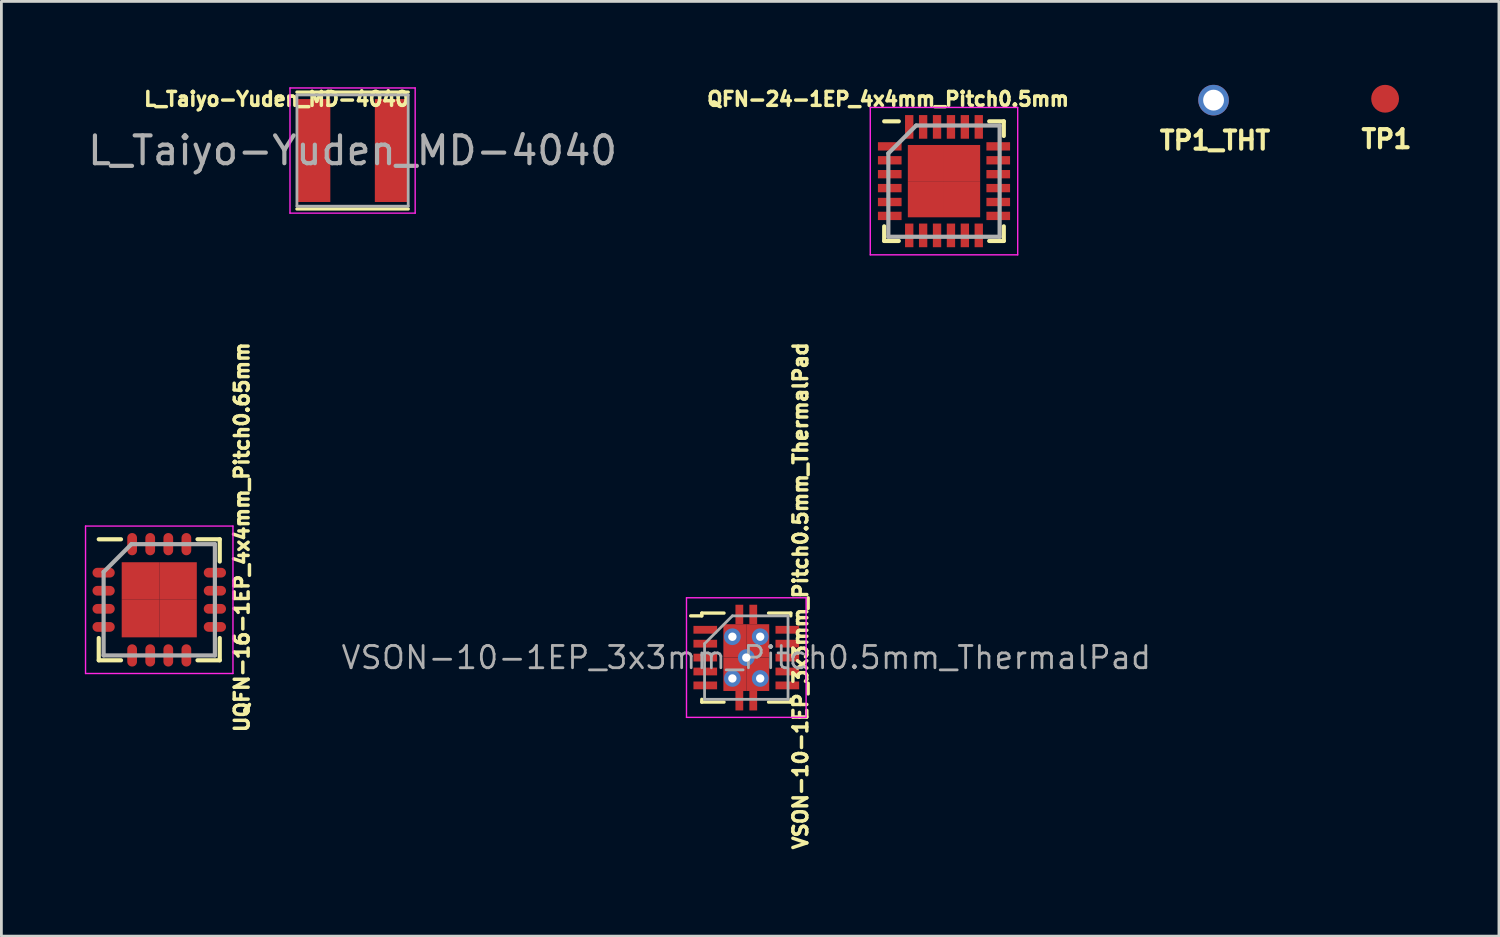
<source format=kicad_pcb>
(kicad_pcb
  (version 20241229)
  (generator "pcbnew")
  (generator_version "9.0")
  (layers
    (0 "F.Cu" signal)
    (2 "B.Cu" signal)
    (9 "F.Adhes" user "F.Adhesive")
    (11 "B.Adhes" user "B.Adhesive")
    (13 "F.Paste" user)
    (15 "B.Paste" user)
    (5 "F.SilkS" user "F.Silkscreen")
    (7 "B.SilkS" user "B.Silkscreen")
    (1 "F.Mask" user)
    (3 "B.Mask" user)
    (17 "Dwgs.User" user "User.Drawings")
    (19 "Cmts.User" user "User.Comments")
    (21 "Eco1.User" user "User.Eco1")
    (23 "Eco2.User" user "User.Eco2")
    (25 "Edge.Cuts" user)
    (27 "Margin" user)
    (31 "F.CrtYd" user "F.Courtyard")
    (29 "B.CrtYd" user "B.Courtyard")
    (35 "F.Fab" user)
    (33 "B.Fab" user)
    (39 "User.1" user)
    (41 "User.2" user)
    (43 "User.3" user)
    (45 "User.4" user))
  (footprint "TP1_THT"
    (layer "F.Cu")
    (at 40.577 0.55)
    (property "Reference" "TP1_THT" (at 0.05 1.45 0) (layer "F.SilkS") (effects (font (size 0.65 0.65) (thickness 0.15))))
    (attr through_hole)
    (pad "1" thru_hole circle (at 0 0) (size 1.1 1.1) (drill 0.75) (layers "*.Cu" "*.Mask")))
  (footprint "TP1"
    (layer "F.Cu")
    (at 46.744 0.5)
    (property "Reference" "TP1" (at 0.05 1.45 0) (layer "F.SilkS") (effects (font (size 0.65 0.65) (thickness 0.15))))
    (attr through_hole)
    (pad "1" smd circle (at 0 0) (size 1 1) (layers "F.Cu" "F.Mask" "F.Paste")))
  (footprint "UQFN-16-1EP_4x4mm_Pitch0.65mm"
    (layer "F.Cu")
    (at 2.675 18.512)
    (property "Reference" "UQFN-16-1EP_4x4mm_Pitch0.65mm" (at 2.97 -2.25 90) (layer "F.SilkS") (effects (font (size 0.5 0.5) (thickness 0.125))))
    (attr smd)
    (fp_line (start -2.175 -2.175) (end -1.375 -2.175) (stroke (width 0.15) (type solid)) (layer "F.SilkS"))
    (fp_line (start -2.175 2.175) (end -2.175 1.375) (stroke (width 0.15) (type solid)) (layer "F.SilkS"))
    (fp_line (start -2.175 2.175) (end -1.375 2.175) (stroke (width 0.15) (type solid)) (layer "F.SilkS"))
    (fp_line (start 2.175 -2.175) (end 1.375 -2.175) (stroke (width 0.15) (type solid)) (layer "F.SilkS"))
    (fp_line (start 2.175 -2.175) (end 2.175 -1.375) (stroke (width 0.15) (type solid)) (layer "F.SilkS"))
    (fp_line (start 2.175 2.175) (end 1.375 2.175) (stroke (width 0.15) (type solid)) (layer "F.SilkS"))
    (fp_line (start 2.175 2.175) (end 2.175 1.375) (stroke (width 0.15) (type solid)) (layer "F.SilkS"))
    (fp_line (start -2.65 -2.65) (end -2.65 2.65) (stroke (width 0.05) (type solid)) (layer "F.CrtYd"))
    (fp_line (start -2.65 -2.65) (end 2.65 -2.65) (stroke (width 0.05) (type solid)) (layer "F.CrtYd"))
    (fp_line (start -2.65 2.65) (end 2.65 2.65) (stroke (width 0.05) (type solid)) (layer "F.CrtYd"))
    (fp_line (start 2.65 -2.65) (end 2.65 2.65) (stroke (width 0.05) (type solid)) (layer "F.CrtYd"))
    (fp_line (start -2 -1) (end -1 -2) (stroke (width 0.15) (type solid)) (layer "F.Fab"))
    (fp_line (start -2 2) (end -2 -1) (stroke (width 0.15) (type solid)) (layer "F.Fab"))
    (fp_line (start -1 -2) (end 2 -2) (stroke (width 0.15) (type solid)) (layer "F.Fab"))
    (fp_line (start 2 -2) (end 2 2) (stroke (width 0.15) (type solid)) (layer "F.Fab"))
    (fp_line (start 2 2) (end -2 2) (stroke (width 0.15) (type solid)) (layer "F.Fab"))
    (pad "1" smd oval (at -2 -0.975) (size 0.8 0.35) (layers "F.Cu" "F.Mask" "F.Paste"))
    (pad "2" smd oval (at -2 -0.325) (size 0.8 0.35) (layers "F.Cu" "F.Mask" "F.Paste"))
    (pad "3" smd oval (at -2 0.325) (size 0.8 0.35) (layers "F.Cu" "F.Mask" "F.Paste"))
    (pad "4" smd oval (at -2 0.975) (size 0.8 0.35) (layers "F.Cu" "F.Mask" "F.Paste"))
    (pad "5" smd oval (at -0.975 2 90) (size 0.8 0.35) (layers "F.Cu" "F.Mask" "F.Paste"))
    (pad "6" smd oval (at -0.325 2 90) (size 0.8 0.35) (layers "F.Cu" "F.Mask" "F.Paste"))
    (pad "7" smd oval (at 0.325 2 90) (size 0.8 0.35) (layers "F.Cu" "F.Mask" "F.Paste"))
    (pad "8" smd oval (at 0.975 2 90) (size 0.8 0.35) (layers "F.Cu" "F.Mask" "F.Paste"))
    (pad "9" smd oval (at 2 0.975) (size 0.8 0.35) (layers "F.Cu" "F.Mask" "F.Paste"))
    (pad "10" smd oval (at 2 0.325) (size 0.8 0.35) (layers "F.Cu" "F.Mask" "F.Paste"))
    (pad "11" smd oval (at 2 -0.325) (size 0.8 0.35) (layers "F.Cu" "F.Mask" "F.Paste"))
    (pad "12" smd oval (at 2 -0.975) (size 0.8 0.35) (layers "F.Cu" "F.Mask" "F.Paste"))
    (pad "13" smd oval (at 0.975 -2 90) (size 0.8 0.35) (layers "F.Cu" "F.Mask" "F.Paste"))
    (pad "14" smd oval (at 0.325 -2 90) (size 0.8 0.35) (layers "F.Cu" "F.Mask" "F.Paste"))
    (pad "15" smd oval (at -0.325 -2 90) (size 0.8 0.35) (layers "F.Cu" "F.Mask" "F.Paste"))
    (pad "16" smd oval (at -0.975 -2 90) (size 0.8 0.35) (layers "F.Cu" "F.Mask" "F.Paste"))
    (pad "17" smd rect (at -0.675 -0.675) (size 1.35 1.35) (layers "F.Cu" "F.Mask" "F.Paste"))
    (pad "17" smd rect (at -0.675 0.675) (size 1.35 1.35) (layers "F.Cu" "F.Mask" "F.Paste"))
    (pad "17" smd rect (at 0.675 -0.675) (size 1.35 1.35) (layers "F.Cu" "F.Mask" "F.Paste"))
    (pad "17" smd rect (at 0.675 0.675) (size 1.35 1.35) (layers "F.Cu" "F.Mask" "F.Paste")))
  (footprint "VSON-10-1EP_3x3mm_Pitch0.5mm_ThermalPad"
    (layer "F.Cu")
    (at 23.779 20.59)
    (property "Reference" "VSON-10-1EP_3x3mm_Pitch0.5mm_ThermalPad" (at 1.95 -2.22 90) (layer "F.SilkS") (effects (font (size 0.5 0.5) (thickness 0.125))))
    (attr smd)
    (fp_line (start -1.6 -1.6) (end -1.6 -1.5) (stroke (width 0.12) (type solid)) (layer "F.SilkS"))
    (fp_line (start -1.6 -1.5) (end -2 -1.5) (stroke (width 0.12) (type solid)) (layer "F.SilkS"))
    (fp_line (start -1.6 1.5) (end -1.6 1.6) (stroke (width 0.12) (type solid)) (layer "F.SilkS"))
    (fp_line (start -1.6 1.6) (end -0.8 1.6) (stroke (width 0.12) (type solid)) (layer "F.SilkS"))
    (fp_line (start -0.8 -1.6) (end -1.6 -1.6) (stroke (width 0.12) (type solid)) (layer "F.SilkS"))
    (fp_line (start 0.8 -1.6) (end 1.6 -1.6) (stroke (width 0.12) (type solid)) (layer "F.SilkS"))
    (fp_line (start 0.8 1.6) (end 1.6 1.6) (stroke (width 0.12) (type solid)) (layer "F.SilkS"))
    (fp_line (start 1.6 -1.6) (end 1.6 -1.5) (stroke (width 0.12) (type solid)) (layer "F.SilkS"))
    (fp_line (start 1.6 1.6) (end 1.6 1.5) (stroke (width 0.12) (type solid)) (layer "F.SilkS"))
    (fp_line (start -2.15 -2.15) (end 2.15 -2.15) (stroke (width 0.05) (type solid)) (layer "F.CrtYd"))
    (fp_line (start -2.15 2.15) (end -2.15 -2.15) (stroke (width 0.05) (type solid)) (layer "F.CrtYd"))
    (fp_line (start 2.15 -2.15) (end 2.15 2.15) (stroke (width 0.05) (type solid)) (layer "F.CrtYd"))
    (fp_line (start 2.15 2.15) (end -2.15 2.15) (stroke (width 0.05) (type solid)) (layer "F.CrtYd"))
    (fp_line (start -1.5 -0.5) (end -1.5 1.5) (stroke (width 0.1) (type solid)) (layer "F.Fab"))
    (fp_line (start -1.5 -0.5) (end -0.5 -1.5) (stroke (width 0.1) (type solid)) (layer "F.Fab"))
    (fp_line (start -1.5 1.5) (end 1.5 1.5) (stroke (width 0.1) (type solid)) (layer "F.Fab"))
    (fp_line (start -0.5 -1.5) (end 1.5 -1.5) (stroke (width 0.1) (type solid)) (layer "F.Fab"))
    (fp_line (start 1.5 -1.5) (end 1.5 1.5) (stroke (width 0.1) (type solid)) (layer "F.Fab"))
    (fp_text user "${REFERENCE}" (at 0 0 0) (layer "F.Fab") (effects (font (size 0.8 0.8) (thickness 0.1))))
    (pad "1" smd rect (at -1.475 -1) (size 0.85 0.28) (layers "F.Cu" "F.Mask" "F.Paste"))
    (pad "2" smd rect (at -1.475 -0.5) (size 0.85 0.28) (layers "F.Cu" "F.Mask" "F.Paste"))
    (pad "3" smd rect (at -1.475 0) (size 0.85 0.28) (layers "F.Cu" "F.Mask" "F.Paste"))
    (pad "4" smd rect (at -1.475 0.5) (size 0.85 0.28) (layers "F.Cu" "F.Mask" "F.Paste"))
    (pad "5" smd rect (at -1.475 1) (size 0.85 0.28) (layers "F.Cu" "F.Mask" "F.Paste"))
    (pad "6" smd rect (at 1.475 1) (size 0.85 0.28) (layers "F.Cu" "F.Mask" "F.Paste"))
    (pad "7" smd rect (at 1.475 0.5) (size 0.85 0.28) (layers "F.Cu" "F.Mask" "F.Paste"))
    (pad "8" smd rect (at 1.475 0) (size 0.85 0.28) (layers "F.Cu" "F.Mask" "F.Paste"))
    (pad "9" smd rect (at 1.475 -0.5) (size 0.85 0.28) (layers "F.Cu" "F.Mask" "F.Paste"))
    (pad "10" smd rect (at 1.475 -1) (size 0.85 0.28) (layers "F.Cu" "F.Mask" "F.Paste"))
    (pad "11" thru_hole circle (at -0.5 -0.75) (size 0.6 0.6) (drill 0.3) (layers "*.Cu" "*.Mask"))
    (pad "11" thru_hole circle (at -0.5 0.75) (size 0.6 0.6) (drill 0.3) (layers "*.Cu" "*.Mask"))
    (pad "11" smd rect (at -0.412 -0.6) (size 0.825 1.2) (layers "F.Cu" "F.Mask" "F.Paste"))
    (pad "11" smd rect (at -0.412 0.6) (size 0.825 1.2) (layers "F.Cu" "F.Mask" "F.Paste"))
    (pad "11" smd rect (at -0.25 -1.55) (size 0.28 0.7) (layers "F.Cu" "F.Mask" "F.Paste"))
    (pad "11" smd rect (at -0.25 1.55) (size 0.28 0.7) (layers "F.Cu" "F.Mask" "F.Paste"))
    (pad "11" thru_hole circle (at 0 0) (size 0.6 0.6) (drill 0.3) (layers "*.Cu" "*.Mask"))
    (pad "11" smd rect (at 0.25 -1.55) (size 0.28 0.7) (layers "F.Cu" "F.Mask" "F.Paste"))
    (pad "11" smd rect (at 0.25 1.55) (size 0.28 0.7) (layers "F.Cu" "F.Mask" "F.Paste"))
    (pad "11" smd rect (at 0.412 -0.6) (size 0.825 1.2) (layers "F.Cu" "F.Mask" "F.Paste"))
    (pad "11" smd rect (at 0.412 0.6) (size 0.825 1.2) (layers "F.Cu" "F.Mask" "F.Paste"))
    (pad "11" thru_hole circle (at 0.5 -0.75) (size 0.6 0.6) (drill 0.3) (layers "*.Cu" "*.Mask"))
    (pad "11" thru_hole circle (at 0.5 0.75) (size 0.6 0.6) (drill 0.3) (layers "*.Cu" "*.Mask")))
  (footprint "QFN-24-1EP_4x4mm_Pitch0.5mm"
    (layer "F.Cu")
    (at 30.886 3.462)
    (property "Reference" "QFN-24-1EP_4x4mm_Pitch0.5mm" (at -2.01 -2.95 0) (layer "F.SilkS") (effects (font (size 0.5 0.5) (thickness 0.125))))
    (attr smd)
    (fp_line (start -2.15 -2.15) (end -1.625 -2.15) (stroke (width 0.15) (type solid)) (layer "F.SilkS"))
    (fp_line (start -2.15 2.15) (end -2.15 1.625) (stroke (width 0.15) (type solid)) (layer "F.SilkS"))
    (fp_line (start -2.15 2.15) (end -1.625 2.15) (stroke (width 0.15) (type solid)) (layer "F.SilkS"))
    (fp_line (start 2.15 -2.15) (end 1.625 -2.15) (stroke (width 0.15) (type solid)) (layer "F.SilkS"))
    (fp_line (start 2.15 -2.15) (end 2.15 -1.625) (stroke (width 0.15) (type solid)) (layer "F.SilkS"))
    (fp_line (start 2.15 2.15) (end 1.625 2.15) (stroke (width 0.15) (type solid)) (layer "F.SilkS"))
    (fp_line (start 2.15 2.15) (end 2.15 1.625) (stroke (width 0.15) (type solid)) (layer "F.SilkS"))
    (fp_line (start -2.65 -2.65) (end -2.65 2.65) (stroke (width 0.05) (type solid)) (layer "F.CrtYd"))
    (fp_line (start -2.65 -2.65) (end 2.65 -2.65) (stroke (width 0.05) (type solid)) (layer "F.CrtYd"))
    (fp_line (start -2.65 2.65) (end 2.65 2.65) (stroke (width 0.05) (type solid)) (layer "F.CrtYd"))
    (fp_line (start 2.65 -2.65) (end 2.65 2.65) (stroke (width 0.05) (type solid)) (layer "F.CrtYd"))
    (fp_line (start -2 -1) (end -1 -2) (stroke (width 0.15) (type solid)) (layer "F.Fab"))
    (fp_line (start -2 2) (end -2 -1) (stroke (width 0.15) (type solid)) (layer "F.Fab"))
    (fp_line (start -1 -2) (end 2 -2) (stroke (width 0.15) (type solid)) (layer "F.Fab"))
    (fp_line (start 2 -2) (end 2 2) (stroke (width 0.15) (type solid)) (layer "F.Fab"))
    (fp_line (start 2 2) (end -2 2) (stroke (width 0.15) (type solid)) (layer "F.Fab"))
    (pad "1" smd rect (at -1.95 -1.25) (size 0.85 0.3) (layers "F.Cu" "F.Mask" "F.Paste"))
    (pad "2" smd rect (at -1.95 -0.75) (size 0.85 0.3) (layers "F.Cu" "F.Mask" "F.Paste"))
    (pad "3" smd rect (at -1.95 -0.25) (size 0.85 0.3) (layers "F.Cu" "F.Mask" "F.Paste"))
    (pad "4" smd rect (at -1.95 0.25) (size 0.85 0.3) (layers "F.Cu" "F.Mask" "F.Paste"))
    (pad "5" smd rect (at -1.95 0.75) (size 0.85 0.3) (layers "F.Cu" "F.Mask" "F.Paste"))
    (pad "6" smd rect (at -1.95 1.25) (size 0.85 0.3) (layers "F.Cu" "F.Mask" "F.Paste"))
    (pad "7" smd rect (at -1.25 1.95 90) (size 0.85 0.3) (layers "F.Cu" "F.Mask" "F.Paste"))
    (pad "8" smd rect (at -0.75 1.95 90) (size 0.85 0.3) (layers "F.Cu" "F.Mask" "F.Paste"))
    (pad "9" smd rect (at -0.25 1.95 90) (size 0.85 0.3) (layers "F.Cu" "F.Mask" "F.Paste"))
    (pad "10" smd rect (at 0.25 1.95 90) (size 0.85 0.3) (layers "F.Cu" "F.Mask" "F.Paste"))
    (pad "11" smd rect (at 0.75 1.95 90) (size 0.85 0.3) (layers "F.Cu" "F.Mask" "F.Paste"))
    (pad "12" smd rect (at 1.25 1.95 90) (size 0.85 0.3) (layers "F.Cu" "F.Mask" "F.Paste"))
    (pad "13" smd rect (at 1.95 1.25) (size 0.85 0.3) (layers "F.Cu" "F.Mask" "F.Paste"))
    (pad "14" smd rect (at 1.95 0.75) (size 0.85 0.3) (layers "F.Cu" "F.Mask" "F.Paste"))
    (pad "15" smd rect (at 1.95 0.25) (size 0.85 0.3) (layers "F.Cu" "F.Mask" "F.Paste"))
    (pad "16" smd rect (at 1.95 -0.25) (size 0.85 0.3) (layers "F.Cu" "F.Mask" "F.Paste"))
    (pad "17" smd rect (at 1.95 -0.75) (size 0.85 0.3) (layers "F.Cu" "F.Mask" "F.Paste"))
    (pad "18" smd rect (at 1.95 -1.25) (size 0.85 0.3) (layers "F.Cu" "F.Mask" "F.Paste"))
    (pad "19" smd rect (at 1.25 -1.95 90) (size 0.85 0.3) (layers "F.Cu" "F.Mask" "F.Paste"))
    (pad "20" smd rect (at 0.75 -1.95 90) (size 0.85 0.3) (layers "F.Cu" "F.Mask" "F.Paste"))
    (pad "21" smd rect (at 0.25 -1.95 90) (size 0.85 0.3) (layers "F.Cu" "F.Mask" "F.Paste"))
    (pad "22" smd rect (at -0.25 -1.95 90) (size 0.85 0.3) (layers "F.Cu" "F.Mask" "F.Paste"))
    (pad "23" smd rect (at -0.75 -1.95 90) (size 0.85 0.3) (layers "F.Cu" "F.Mask" "F.Paste"))
    (pad "24" smd rect (at -1.25 -1.95 90) (size 0.85 0.3) (layers "F.Cu" "F.Mask" "F.Paste"))
    (pad "25" smd rect (at -0.65 -0.65) (size 1.3 1.3) (layers "F.Cu" "F.Mask" "F.Paste"))
    (pad "25" smd rect (at -0.65 0.65) (size 1.3 1.3) (layers "F.Cu" "F.Mask" "F.Paste"))
    (pad "25" smd rect (at 0.65 -0.65) (size 1.3 1.3) (layers "F.Cu" "F.Mask" "F.Paste"))
    (pad "25" smd rect (at 0.65 0.65) (size 1.3 1.3) (layers "F.Cu" "F.Mask" "F.Paste")))
  (footprint "L_Taiyo-Yuden_MD-4040"
    (layer "F.Cu")
    (at 9.625 2.362)
    (property "Reference" "L_Taiyo-Yuden_MD-4040" (at -2.73 -1.85 0) (layer "F.SilkS") (effects (font (size 0.5 0.5) (thickness 0.125))))
    (attr smd)
    (fp_line (start -2 -2.1) (end 2 -2.1) (stroke (width 0.12) (type solid)) (layer "F.SilkS"))
    (fp_line (start -2 2.1) (end 2 2.1) (stroke (width 0.12) (type solid)) (layer "F.SilkS"))
    (fp_line (start -2.25 -2.25) (end -2.25 2.25) (stroke (width 0.05) (type solid)) (layer "F.CrtYd"))
    (fp_line (start -2.25 2.25) (end 2.25 2.25) (stroke (width 0.05) (type solid)) (layer "F.CrtYd"))
    (fp_line (start 2.25 -2.25) (end -2.25 -2.25) (stroke (width 0.05) (type solid)) (layer "F.CrtYd"))
    (fp_line (start 2.25 2.25) (end 2.25 -2.25) (stroke (width 0.05) (type solid)) (layer "F.CrtYd"))
    (fp_line (start -2 -2) (end -2 2) (stroke (width 0.1) (type solid)) (layer "F.Fab"))
    (fp_line (start -2 2) (end 2 2) (stroke (width 0.1) (type solid)) (layer "F.Fab"))
    (fp_line (start 2 -2) (end -2 -2) (stroke (width 0.1) (type solid)) (layer "F.Fab"))
    (fp_line (start 2 2) (end 2 -2) (stroke (width 0.1) (type solid)) (layer "F.Fab"))
    (fp_text user "${REFERENCE}" (at 0 0 0) (layer "F.Fab") (effects (font (size 1 1) (thickness 0.15))))
    (pad "1" smd rect (at -1.4 0) (size 1.2 3.7) (layers "F.Cu" "F.Mask" "F.Paste"))
    (pad "2" smd rect (at 1.4 0) (size 1.2 3.7) (layers "F.Cu" "F.Mask" "F.Paste")))
  (gr_rect
    (start -3 -3)
    (end 50.836 30.602)
    (stroke (width 0.1) (type default))
    (fill no)
    (layer "Edge.Cuts")))
</source>
